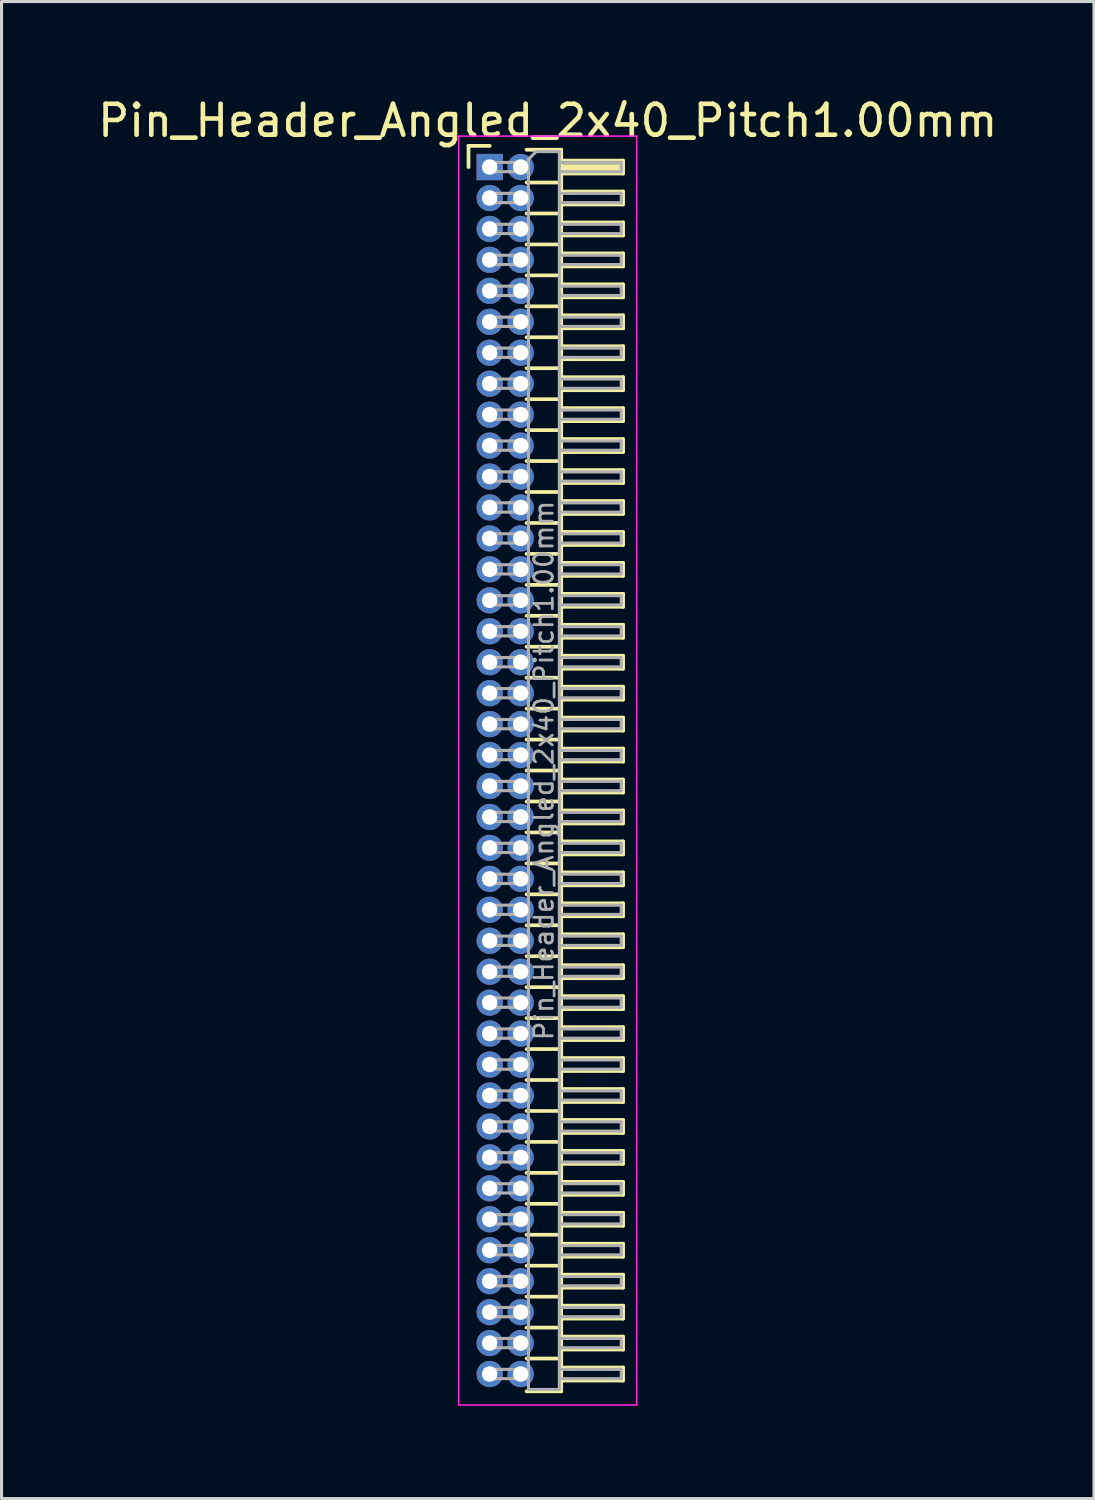
<source format=kicad_pcb>
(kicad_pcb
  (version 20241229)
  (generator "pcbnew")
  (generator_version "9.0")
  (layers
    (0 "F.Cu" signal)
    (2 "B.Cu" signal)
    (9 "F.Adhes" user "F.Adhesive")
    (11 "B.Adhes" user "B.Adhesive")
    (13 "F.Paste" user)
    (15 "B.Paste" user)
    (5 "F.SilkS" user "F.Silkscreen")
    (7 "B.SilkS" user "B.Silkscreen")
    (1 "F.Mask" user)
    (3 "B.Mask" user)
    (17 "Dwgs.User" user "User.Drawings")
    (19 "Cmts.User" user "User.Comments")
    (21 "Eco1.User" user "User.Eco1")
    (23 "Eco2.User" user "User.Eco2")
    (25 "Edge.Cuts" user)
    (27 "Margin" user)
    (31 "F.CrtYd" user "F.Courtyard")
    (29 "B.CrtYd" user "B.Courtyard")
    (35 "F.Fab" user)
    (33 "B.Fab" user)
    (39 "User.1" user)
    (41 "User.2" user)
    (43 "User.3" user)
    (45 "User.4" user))
  (footprint "Pin_Header_Angled_2x40_Pitch1.00mm"
    (layer "F.Cu")
    (at 12.774 2.348)
    (property "Reference" "Pin_Header_Angled_2x40_Pitch1.00mm" (at 1.875 -1.5 0) (layer "F.SilkS") (effects (font (size 1 1) (thickness 0.15))))
    (attr through_hole)
    (fp_line (start -0.685 -0.685) (end 0 -0.685) (stroke (width 0.12) (type solid)) (layer "F.SilkS"))
    (fp_line (start -0.685 0) (end -0.685 -0.685) (stroke (width 0.12) (type solid)) (layer "F.SilkS"))
    (fp_line (start 1.19 -0.56) (end 2.31 -0.56) (stroke (width 0.12) (type solid)) (layer "F.SilkS"))
    (fp_line (start 1.19 0.5) (end 2.31 0.5) (stroke (width 0.12) (type solid)) (layer "F.SilkS"))
    (fp_line (start 1.19 1.5) (end 2.31 1.5) (stroke (width 0.12) (type solid)) (layer "F.SilkS"))
    (fp_line (start 1.19 2.5) (end 2.31 2.5) (stroke (width 0.12) (type solid)) (layer "F.SilkS"))
    (fp_line (start 1.19 3.5) (end 2.31 3.5) (stroke (width 0.12) (type solid)) (layer "F.SilkS"))
    (fp_line (start 1.19 4.5) (end 2.31 4.5) (stroke (width 0.12) (type solid)) (layer "F.SilkS"))
    (fp_line (start 1.19 5.5) (end 2.31 5.5) (stroke (width 0.12) (type solid)) (layer "F.SilkS"))
    (fp_line (start 1.19 6.5) (end 2.31 6.5) (stroke (width 0.12) (type solid)) (layer "F.SilkS"))
    (fp_line (start 1.19 7.5) (end 2.31 7.5) (stroke (width 0.12) (type solid)) (layer "F.SilkS"))
    (fp_line (start 1.19 8.5) (end 2.31 8.5) (stroke (width 0.12) (type solid)) (layer "F.SilkS"))
    (fp_line (start 1.19 9.5) (end 2.31 9.5) (stroke (width 0.12) (type solid)) (layer "F.SilkS"))
    (fp_line (start 1.19 10.5) (end 2.31 10.5) (stroke (width 0.12) (type solid)) (layer "F.SilkS"))
    (fp_line (start 1.19 11.5) (end 2.31 11.5) (stroke (width 0.12) (type solid)) (layer "F.SilkS"))
    (fp_line (start 1.19 12.5) (end 2.31 12.5) (stroke (width 0.12) (type solid)) (layer "F.SilkS"))
    (fp_line (start 1.19 13.5) (end 2.31 13.5) (stroke (width 0.12) (type solid)) (layer "F.SilkS"))
    (fp_line (start 1.19 14.5) (end 2.31 14.5) (stroke (width 0.12) (type solid)) (layer "F.SilkS"))
    (fp_line (start 1.19 15.5) (end 2.31 15.5) (stroke (width 0.12) (type solid)) (layer "F.SilkS"))
    (fp_line (start 1.19 16.5) (end 2.31 16.5) (stroke (width 0.12) (type solid)) (layer "F.SilkS"))
    (fp_line (start 1.19 17.5) (end 2.31 17.5) (stroke (width 0.12) (type solid)) (layer "F.SilkS"))
    (fp_line (start 1.19 18.5) (end 2.31 18.5) (stroke (width 0.12) (type solid)) (layer "F.SilkS"))
    (fp_line (start 1.19 19.5) (end 2.31 19.5) (stroke (width 0.12) (type solid)) (layer "F.SilkS"))
    (fp_line (start 1.19 20.5) (end 2.31 20.5) (stroke (width 0.12) (type solid)) (layer "F.SilkS"))
    (fp_line (start 1.19 21.5) (end 2.31 21.5) (stroke (width 0.12) (type solid)) (layer "F.SilkS"))
    (fp_line (start 1.19 22.5) (end 2.31 22.5) (stroke (width 0.12) (type solid)) (layer "F.SilkS"))
    (fp_line (start 1.19 23.5) (end 2.31 23.5) (stroke (width 0.12) (type solid)) (layer "F.SilkS"))
    (fp_line (start 1.19 24.5) (end 2.31 24.5) (stroke (width 0.12) (type solid)) (layer "F.SilkS"))
    (fp_line (start 1.19 25.5) (end 2.31 25.5) (stroke (width 0.12) (type solid)) (layer "F.SilkS"))
    (fp_line (start 1.19 26.5) (end 2.31 26.5) (stroke (width 0.12) (type solid)) (layer "F.SilkS"))
    (fp_line (start 1.19 27.5) (end 2.31 27.5) (stroke (width 0.12) (type solid)) (layer "F.SilkS"))
    (fp_line (start 1.19 28.5) (end 2.31 28.5) (stroke (width 0.12) (type solid)) (layer "F.SilkS"))
    (fp_line (start 1.19 29.5) (end 2.31 29.5) (stroke (width 0.12) (type solid)) (layer "F.SilkS"))
    (fp_line (start 1.19 30.5) (end 2.31 30.5) (stroke (width 0.12) (type solid)) (layer "F.SilkS"))
    (fp_line (start 1.19 31.5) (end 2.31 31.5) (stroke (width 0.12) (type solid)) (layer "F.SilkS"))
    (fp_line (start 1.19 32.5) (end 2.31 32.5) (stroke (width 0.12) (type solid)) (layer "F.SilkS"))
    (fp_line (start 1.19 33.5) (end 2.31 33.5) (stroke (width 0.12) (type solid)) (layer "F.SilkS"))
    (fp_line (start 1.19 34.5) (end 2.31 34.5) (stroke (width 0.12) (type solid)) (layer "F.SilkS"))
    (fp_line (start 1.19 35.5) (end 2.31 35.5) (stroke (width 0.12) (type solid)) (layer "F.SilkS"))
    (fp_line (start 1.19 36.5) (end 2.31 36.5) (stroke (width 0.12) (type solid)) (layer "F.SilkS"))
    (fp_line (start 1.19 37.5) (end 2.31 37.5) (stroke (width 0.12) (type solid)) (layer "F.SilkS"))
    (fp_line (start 1.19 38.5) (end 2.31 38.5) (stroke (width 0.12) (type solid)) (layer "F.SilkS"))
    (fp_line (start 2.31 -0.56) (end 2.31 39.56) (stroke (width 0.12) (type solid)) (layer "F.SilkS"))
    (fp_line (start 2.31 -0.21) (end 4.31 -0.21) (stroke (width 0.12) (type solid)) (layer "F.SilkS"))
    (fp_line (start 2.31 -0.15) (end 4.31 -0.15) (stroke (width 0.12) (type solid)) (layer "F.SilkS"))
    (fp_line (start 2.31 -0.03) (end 4.31 -0.03) (stroke (width 0.12) (type solid)) (layer "F.SilkS"))
    (fp_line (start 2.31 0.09) (end 4.31 0.09) (stroke (width 0.12) (type solid)) (layer "F.SilkS"))
    (fp_line (start 2.31 0.79) (end 4.31 0.79) (stroke (width 0.12) (type solid)) (layer "F.SilkS"))
    (fp_line (start 2.31 1.79) (end 4.31 1.79) (stroke (width 0.12) (type solid)) (layer "F.SilkS"))
    (fp_line (start 2.31 2.79) (end 4.31 2.79) (stroke (width 0.12) (type solid)) (layer "F.SilkS"))
    (fp_line (start 2.31 3.79) (end 4.31 3.79) (stroke (width 0.12) (type solid)) (layer "F.SilkS"))
    (fp_line (start 2.31 4.79) (end 4.31 4.79) (stroke (width 0.12) (type solid)) (layer "F.SilkS"))
    (fp_line (start 2.31 5.79) (end 4.31 5.79) (stroke (width 0.12) (type solid)) (layer "F.SilkS"))
    (fp_line (start 2.31 6.79) (end 4.31 6.79) (stroke (width 0.12) (type solid)) (layer "F.SilkS"))
    (fp_line (start 2.31 7.79) (end 4.31 7.79) (stroke (width 0.12) (type solid)) (layer "F.SilkS"))
    (fp_line (start 2.31 8.79) (end 4.31 8.79) (stroke (width 0.12) (type solid)) (layer "F.SilkS"))
    (fp_line (start 2.31 9.79) (end 4.31 9.79) (stroke (width 0.12) (type solid)) (layer "F.SilkS"))
    (fp_line (start 2.31 10.79) (end 4.31 10.79) (stroke (width 0.12) (type solid)) (layer "F.SilkS"))
    (fp_line (start 2.31 11.79) (end 4.31 11.79) (stroke (width 0.12) (type solid)) (layer "F.SilkS"))
    (fp_line (start 2.31 12.79) (end 4.31 12.79) (stroke (width 0.12) (type solid)) (layer "F.SilkS"))
    (fp_line (start 2.31 13.79) (end 4.31 13.79) (stroke (width 0.12) (type solid)) (layer "F.SilkS"))
    (fp_line (start 2.31 14.79) (end 4.31 14.79) (stroke (width 0.12) (type solid)) (layer "F.SilkS"))
    (fp_line (start 2.31 15.79) (end 4.31 15.79) (stroke (width 0.12) (type solid)) (layer "F.SilkS"))
    (fp_line (start 2.31 16.79) (end 4.31 16.79) (stroke (width 0.12) (type solid)) (layer "F.SilkS"))
    (fp_line (start 2.31 17.79) (end 4.31 17.79) (stroke (width 0.12) (type solid)) (layer "F.SilkS"))
    (fp_line (start 2.31 18.79) (end 4.31 18.79) (stroke (width 0.12) (type solid)) (layer "F.SilkS"))
    (fp_line (start 2.31 19.79) (end 4.31 19.79) (stroke (width 0.12) (type solid)) (layer "F.SilkS"))
    (fp_line (start 2.31 20.79) (end 4.31 20.79) (stroke (width 0.12) (type solid)) (layer "F.SilkS"))
    (fp_line (start 2.31 21.79) (end 4.31 21.79) (stroke (width 0.12) (type solid)) (layer "F.SilkS"))
    (fp_line (start 2.31 22.79) (end 4.31 22.79) (stroke (width 0.12) (type solid)) (layer "F.SilkS"))
    (fp_line (start 2.31 23.79) (end 4.31 23.79) (stroke (width 0.12) (type solid)) (layer "F.SilkS"))
    (fp_line (start 2.31 24.79) (end 4.31 24.79) (stroke (width 0.12) (type solid)) (layer "F.SilkS"))
    (fp_line (start 2.31 25.79) (end 4.31 25.79) (stroke (width 0.12) (type solid)) (layer "F.SilkS"))
    (fp_line (start 2.31 26.79) (end 4.31 26.79) (stroke (width 0.12) (type solid)) (layer "F.SilkS"))
    (fp_line (start 2.31 27.79) (end 4.31 27.79) (stroke (width 0.12) (type solid)) (layer "F.SilkS"))
    (fp_line (start 2.31 28.79) (end 4.31 28.79) (stroke (width 0.12) (type solid)) (layer "F.SilkS"))
    (fp_line (start 2.31 29.79) (end 4.31 29.79) (stroke (width 0.12) (type solid)) (layer "F.SilkS"))
    (fp_line (start 2.31 30.79) (end 4.31 30.79) (stroke (width 0.12) (type solid)) (layer "F.SilkS"))
    (fp_line (start 2.31 31.79) (end 4.31 31.79) (stroke (width 0.12) (type solid)) (layer "F.SilkS"))
    (fp_line (start 2.31 32.79) (end 4.31 32.79) (stroke (width 0.12) (type solid)) (layer "F.SilkS"))
    (fp_line (start 2.31 33.79) (end 4.31 33.79) (stroke (width 0.12) (type solid)) (layer "F.SilkS"))
    (fp_line (start 2.31 34.79) (end 4.31 34.79) (stroke (width 0.12) (type solid)) (layer "F.SilkS"))
    (fp_line (start 2.31 35.79) (end 4.31 35.79) (stroke (width 0.12) (type solid)) (layer "F.SilkS"))
    (fp_line (start 2.31 36.79) (end 4.31 36.79) (stroke (width 0.12) (type solid)) (layer "F.SilkS"))
    (fp_line (start 2.31 37.79) (end 4.31 37.79) (stroke (width 0.12) (type solid)) (layer "F.SilkS"))
    (fp_line (start 2.31 38.79) (end 4.31 38.79) (stroke (width 0.12) (type solid)) (layer "F.SilkS"))
    (fp_line (start 2.31 39.56) (end 1.19 39.56) (stroke (width 0.12) (type solid)) (layer "F.SilkS"))
    (fp_line (start 4.31 -0.21) (end 4.31 0.21) (stroke (width 0.12) (type solid)) (layer "F.SilkS"))
    (fp_line (start 4.31 0.21) (end 2.31 0.21) (stroke (width 0.12) (type solid)) (layer "F.SilkS"))
    (fp_line (start 4.31 0.79) (end 4.31 1.21) (stroke (width 0.12) (type solid)) (layer "F.SilkS"))
    (fp_line (start 4.31 1.21) (end 2.31 1.21) (stroke (width 0.12) (type solid)) (layer "F.SilkS"))
    (fp_line (start 4.31 1.79) (end 4.31 2.21) (stroke (width 0.12) (type solid)) (layer "F.SilkS"))
    (fp_line (start 4.31 2.21) (end 2.31 2.21) (stroke (width 0.12) (type solid)) (layer "F.SilkS"))
    (fp_line (start 4.31 2.79) (end 4.31 3.21) (stroke (width 0.12) (type solid)) (layer "F.SilkS"))
    (fp_line (start 4.31 3.21) (end 2.31 3.21) (stroke (width 0.12) (type solid)) (layer "F.SilkS"))
    (fp_line (start 4.31 3.79) (end 4.31 4.21) (stroke (width 0.12) (type solid)) (layer "F.SilkS"))
    (fp_line (start 4.31 4.21) (end 2.31 4.21) (stroke (width 0.12) (type solid)) (layer "F.SilkS"))
    (fp_line (start 4.31 4.79) (end 4.31 5.21) (stroke (width 0.12) (type solid)) (layer "F.SilkS"))
    (fp_line (start 4.31 5.21) (end 2.31 5.21) (stroke (width 0.12) (type solid)) (layer "F.SilkS"))
    (fp_line (start 4.31 5.79) (end 4.31 6.21) (stroke (width 0.12) (type solid)) (layer "F.SilkS"))
    (fp_line (start 4.31 6.21) (end 2.31 6.21) (stroke (width 0.12) (type solid)) (layer "F.SilkS"))
    (fp_line (start 4.31 6.79) (end 4.31 7.21) (stroke (width 0.12) (type solid)) (layer "F.SilkS"))
    (fp_line (start 4.31 7.21) (end 2.31 7.21) (stroke (width 0.12) (type solid)) (layer "F.SilkS"))
    (fp_line (start 4.31 7.79) (end 4.31 8.21) (stroke (width 0.12) (type solid)) (layer "F.SilkS"))
    (fp_line (start 4.31 8.21) (end 2.31 8.21) (stroke (width 0.12) (type solid)) (layer "F.SilkS"))
    (fp_line (start 4.31 8.79) (end 4.31 9.21) (stroke (width 0.12) (type solid)) (layer "F.SilkS"))
    (fp_line (start 4.31 9.21) (end 2.31 9.21) (stroke (width 0.12) (type solid)) (layer "F.SilkS"))
    (fp_line (start 4.31 9.79) (end 4.31 10.21) (stroke (width 0.12) (type solid)) (layer "F.SilkS"))
    (fp_line (start 4.31 10.21) (end 2.31 10.21) (stroke (width 0.12) (type solid)) (layer "F.SilkS"))
    (fp_line (start 4.31 10.79) (end 4.31 11.21) (stroke (width 0.12) (type solid)) (layer "F.SilkS"))
    (fp_line (start 4.31 11.21) (end 2.31 11.21) (stroke (width 0.12) (type solid)) (layer "F.SilkS"))
    (fp_line (start 4.31 11.79) (end 4.31 12.21) (stroke (width 0.12) (type solid)) (layer "F.SilkS"))
    (fp_line (start 4.31 12.21) (end 2.31 12.21) (stroke (width 0.12) (type solid)) (layer "F.SilkS"))
    (fp_line (start 4.31 12.79) (end 4.31 13.21) (stroke (width 0.12) (type solid)) (layer "F.SilkS"))
    (fp_line (start 4.31 13.21) (end 2.31 13.21) (stroke (width 0.12) (type solid)) (layer "F.SilkS"))
    (fp_line (start 4.31 13.79) (end 4.31 14.21) (stroke (width 0.12) (type solid)) (layer "F.SilkS"))
    (fp_line (start 4.31 14.21) (end 2.31 14.21) (stroke (width 0.12) (type solid)) (layer "F.SilkS"))
    (fp_line (start 4.31 14.79) (end 4.31 15.21) (stroke (width 0.12) (type solid)) (layer "F.SilkS"))
    (fp_line (start 4.31 15.21) (end 2.31 15.21) (stroke (width 0.12) (type solid)) (layer "F.SilkS"))
    (fp_line (start 4.31 15.79) (end 4.31 16.21) (stroke (width 0.12) (type solid)) (layer "F.SilkS"))
    (fp_line (start 4.31 16.21) (end 2.31 16.21) (stroke (width 0.12) (type solid)) (layer "F.SilkS"))
    (fp_line (start 4.31 16.79) (end 4.31 17.21) (stroke (width 0.12) (type solid)) (layer "F.SilkS"))
    (fp_line (start 4.31 17.21) (end 2.31 17.21) (stroke (width 0.12) (type solid)) (layer "F.SilkS"))
    (fp_line (start 4.31 17.79) (end 4.31 18.21) (stroke (width 0.12) (type solid)) (layer "F.SilkS"))
    (fp_line (start 4.31 18.21) (end 2.31 18.21) (stroke (width 0.12) (type solid)) (layer "F.SilkS"))
    (fp_line (start 4.31 18.79) (end 4.31 19.21) (stroke (width 0.12) (type solid)) (layer "F.SilkS"))
    (fp_line (start 4.31 19.21) (end 2.31 19.21) (stroke (width 0.12) (type solid)) (layer "F.SilkS"))
    (fp_line (start 4.31 19.79) (end 4.31 20.21) (stroke (width 0.12) (type solid)) (layer "F.SilkS"))
    (fp_line (start 4.31 20.21) (end 2.31 20.21) (stroke (width 0.12) (type solid)) (layer "F.SilkS"))
    (fp_line (start 4.31 20.79) (end 4.31 21.21) (stroke (width 0.12) (type solid)) (layer "F.SilkS"))
    (fp_line (start 4.31 21.21) (end 2.31 21.21) (stroke (width 0.12) (type solid)) (layer "F.SilkS"))
    (fp_line (start 4.31 21.79) (end 4.31 22.21) (stroke (width 0.12) (type solid)) (layer "F.SilkS"))
    (fp_line (start 4.31 22.21) (end 2.31 22.21) (stroke (width 0.12) (type solid)) (layer "F.SilkS"))
    (fp_line (start 4.31 22.79) (end 4.31 23.21) (stroke (width 0.12) (type solid)) (layer "F.SilkS"))
    (fp_line (start 4.31 23.21) (end 2.31 23.21) (stroke (width 0.12) (type solid)) (layer "F.SilkS"))
    (fp_line (start 4.31 23.79) (end 4.31 24.21) (stroke (width 0.12) (type solid)) (layer "F.SilkS"))
    (fp_line (start 4.31 24.21) (end 2.31 24.21) (stroke (width 0.12) (type solid)) (layer "F.SilkS"))
    (fp_line (start 4.31 24.79) (end 4.31 25.21) (stroke (width 0.12) (type solid)) (layer "F.SilkS"))
    (fp_line (start 4.31 25.21) (end 2.31 25.21) (stroke (width 0.12) (type solid)) (layer "F.SilkS"))
    (fp_line (start 4.31 25.79) (end 4.31 26.21) (stroke (width 0.12) (type solid)) (layer "F.SilkS"))
    (fp_line (start 4.31 26.21) (end 2.31 26.21) (stroke (width 0.12) (type solid)) (layer "F.SilkS"))
    (fp_line (start 4.31 26.79) (end 4.31 27.21) (stroke (width 0.12) (type solid)) (layer "F.SilkS"))
    (fp_line (start 4.31 27.21) (end 2.31 27.21) (stroke (width 0.12) (type solid)) (layer "F.SilkS"))
    (fp_line (start 4.31 27.79) (end 4.31 28.21) (stroke (width 0.12) (type solid)) (layer "F.SilkS"))
    (fp_line (start 4.31 28.21) (end 2.31 28.21) (stroke (width 0.12) (type solid)) (layer "F.SilkS"))
    (fp_line (start 4.31 28.79) (end 4.31 29.21) (stroke (width 0.12) (type solid)) (layer "F.SilkS"))
    (fp_line (start 4.31 29.21) (end 2.31 29.21) (stroke (width 0.12) (type solid)) (layer "F.SilkS"))
    (fp_line (start 4.31 29.79) (end 4.31 30.21) (stroke (width 0.12) (type solid)) (layer "F.SilkS"))
    (fp_line (start 4.31 30.21) (end 2.31 30.21) (stroke (width 0.12) (type solid)) (layer "F.SilkS"))
    (fp_line (start 4.31 30.79) (end 4.31 31.21) (stroke (width 0.12) (type solid)) (layer "F.SilkS"))
    (fp_line (start 4.31 31.21) (end 2.31 31.21) (stroke (width 0.12) (type solid)) (layer "F.SilkS"))
    (fp_line (start 4.31 31.79) (end 4.31 32.21) (stroke (width 0.12) (type solid)) (layer "F.SilkS"))
    (fp_line (start 4.31 32.21) (end 2.31 32.21) (stroke (width 0.12) (type solid)) (layer "F.SilkS"))
    (fp_line (start 4.31 32.79) (end 4.31 33.21) (stroke (width 0.12) (type solid)) (layer "F.SilkS"))
    (fp_line (start 4.31 33.21) (end 2.31 33.21) (stroke (width 0.12) (type solid)) (layer "F.SilkS"))
    (fp_line (start 4.31 33.79) (end 4.31 34.21) (stroke (width 0.12) (type solid)) (layer "F.SilkS"))
    (fp_line (start 4.31 34.21) (end 2.31 34.21) (stroke (width 0.12) (type solid)) (layer "F.SilkS"))
    (fp_line (start 4.31 34.79) (end 4.31 35.21) (stroke (width 0.12) (type solid)) (layer "F.SilkS"))
    (fp_line (start 4.31 35.21) (end 2.31 35.21) (stroke (width 0.12) (type solid)) (layer "F.SilkS"))
    (fp_line (start 4.31 35.79) (end 4.31 36.21) (stroke (width 0.12) (type solid)) (layer "F.SilkS"))
    (fp_line (start 4.31 36.21) (end 2.31 36.21) (stroke (width 0.12) (type solid)) (layer "F.SilkS"))
    (fp_line (start 4.31 36.79) (end 4.31 37.21) (stroke (width 0.12) (type solid)) (layer "F.SilkS"))
    (fp_line (start 4.31 37.21) (end 2.31 37.21) (stroke (width 0.12) (type solid)) (layer "F.SilkS"))
    (fp_line (start 4.31 37.79) (end 4.31 38.21) (stroke (width 0.12) (type solid)) (layer "F.SilkS"))
    (fp_line (start 4.31 38.21) (end 2.31 38.21) (stroke (width 0.12) (type solid)) (layer "F.SilkS"))
    (fp_line (start 4.31 38.79) (end 4.31 39.21) (stroke (width 0.12) (type solid)) (layer "F.SilkS"))
    (fp_line (start 4.31 39.21) (end 2.31 39.21) (stroke (width 0.12) (type solid)) (layer "F.SilkS"))
    (fp_line (start -1 -1) (end -1 40) (stroke (width 0.05) (type solid)) (layer "F.CrtYd"))
    (fp_line (start -1 40) (end 4.75 40) (stroke (width 0.05) (type solid)) (layer "F.CrtYd"))
    (fp_line (start 4.75 -1) (end -1 -1) (stroke (width 0.05) (type solid)) (layer "F.CrtYd"))
    (fp_line (start 4.75 40) (end 4.75 -1) (stroke (width 0.05) (type solid)) (layer "F.CrtYd"))
    (fp_line (start -0.15 -0.15) (end -0.15 0.15) (stroke (width 0.1) (type solid)) (layer "F.Fab"))
    (fp_line (start -0.15 -0.15) (end 1.25 -0.15) (stroke (width 0.1) (type solid)) (layer "F.Fab"))
    (fp_line (start -0.15 0.15) (end 1.25 0.15) (stroke (width 0.1) (type solid)) (layer "F.Fab"))
    (fp_line (start -0.15 0.85) (end -0.15 1.15) (stroke (width 0.1) (type solid)) (layer "F.Fab"))
    (fp_line (start -0.15 0.85) (end 1.25 0.85) (stroke (width 0.1) (type solid)) (layer "F.Fab"))
    (fp_line (start -0.15 1.15) (end 1.25 1.15) (stroke (width 0.1) (type solid)) (layer "F.Fab"))
    (fp_line (start -0.15 1.85) (end -0.15 2.15) (stroke (width 0.1) (type solid)) (layer "F.Fab"))
    (fp_line (start -0.15 1.85) (end 1.25 1.85) (stroke (width 0.1) (type solid)) (layer "F.Fab"))
    (fp_line (start -0.15 2.15) (end 1.25 2.15) (stroke (width 0.1) (type solid)) (layer "F.Fab"))
    (fp_line (start -0.15 2.85) (end -0.15 3.15) (stroke (width 0.1) (type solid)) (layer "F.Fab"))
    (fp_line (start -0.15 2.85) (end 1.25 2.85) (stroke (width 0.1) (type solid)) (layer "F.Fab"))
    (fp_line (start -0.15 3.15) (end 1.25 3.15) (stroke (width 0.1) (type solid)) (layer "F.Fab"))
    (fp_line (start -0.15 3.85) (end -0.15 4.15) (stroke (width 0.1) (type solid)) (layer "F.Fab"))
    (fp_line (start -0.15 3.85) (end 1.25 3.85) (stroke (width 0.1) (type solid)) (layer "F.Fab"))
    (fp_line (start -0.15 4.15) (end 1.25 4.15) (stroke (width 0.1) (type solid)) (layer "F.Fab"))
    (fp_line (start -0.15 4.85) (end -0.15 5.15) (stroke (width 0.1) (type solid)) (layer "F.Fab"))
    (fp_line (start -0.15 4.85) (end 1.25 4.85) (stroke (width 0.1) (type solid)) (layer "F.Fab"))
    (fp_line (start -0.15 5.15) (end 1.25 5.15) (stroke (width 0.1) (type solid)) (layer "F.Fab"))
    (fp_line (start -0.15 5.85) (end -0.15 6.15) (stroke (width 0.1) (type solid)) (layer "F.Fab"))
    (fp_line (start -0.15 5.85) (end 1.25 5.85) (stroke (width 0.1) (type solid)) (layer "F.Fab"))
    (fp_line (start -0.15 6.15) (end 1.25 6.15) (stroke (width 0.1) (type solid)) (layer "F.Fab"))
    (fp_line (start -0.15 6.85) (end -0.15 7.15) (stroke (width 0.1) (type solid)) (layer "F.Fab"))
    (fp_line (start -0.15 6.85) (end 1.25 6.85) (stroke (width 0.1) (type solid)) (layer "F.Fab"))
    (fp_line (start -0.15 7.15) (end 1.25 7.15) (stroke (width 0.1) (type solid)) (layer "F.Fab"))
    (fp_line (start -0.15 7.85) (end -0.15 8.15) (stroke (width 0.1) (type solid)) (layer "F.Fab"))
    (fp_line (start -0.15 7.85) (end 1.25 7.85) (stroke (width 0.1) (type solid)) (layer "F.Fab"))
    (fp_line (start -0.15 8.15) (end 1.25 8.15) (stroke (width 0.1) (type solid)) (layer "F.Fab"))
    (fp_line (start -0.15 8.85) (end -0.15 9.15) (stroke (width 0.1) (type solid)) (layer "F.Fab"))
    (fp_line (start -0.15 8.85) (end 1.25 8.85) (stroke (width 0.1) (type solid)) (layer "F.Fab"))
    (fp_line (start -0.15 9.15) (end 1.25 9.15) (stroke (width 0.1) (type solid)) (layer "F.Fab"))
    (fp_line (start -0.15 9.85) (end -0.15 10.15) (stroke (width 0.1) (type solid)) (layer "F.Fab"))
    (fp_line (start -0.15 9.85) (end 1.25 9.85) (stroke (width 0.1) (type solid)) (layer "F.Fab"))
    (fp_line (start -0.15 10.15) (end 1.25 10.15) (stroke (width 0.1) (type solid)) (layer "F.Fab"))
    (fp_line (start -0.15 10.85) (end -0.15 11.15) (stroke (width 0.1) (type solid)) (layer "F.Fab"))
    (fp_line (start -0.15 10.85) (end 1.25 10.85) (stroke (width 0.1) (type solid)) (layer "F.Fab"))
    (fp_line (start -0.15 11.15) (end 1.25 11.15) (stroke (width 0.1) (type solid)) (layer "F.Fab"))
    (fp_line (start -0.15 11.85) (end -0.15 12.15) (stroke (width 0.1) (type solid)) (layer "F.Fab"))
    (fp_line (start -0.15 11.85) (end 1.25 11.85) (stroke (width 0.1) (type solid)) (layer "F.Fab"))
    (fp_line (start -0.15 12.15) (end 1.25 12.15) (stroke (width 0.1) (type solid)) (layer "F.Fab"))
    (fp_line (start -0.15 12.85) (end -0.15 13.15) (stroke (width 0.1) (type solid)) (layer "F.Fab"))
    (fp_line (start -0.15 12.85) (end 1.25 12.85) (stroke (width 0.1) (type solid)) (layer "F.Fab"))
    (fp_line (start -0.15 13.15) (end 1.25 13.15) (stroke (width 0.1) (type solid)) (layer "F.Fab"))
    (fp_line (start -0.15 13.85) (end -0.15 14.15) (stroke (width 0.1) (type solid)) (layer "F.Fab"))
    (fp_line (start -0.15 13.85) (end 1.25 13.85) (stroke (width 0.1) (type solid)) (layer "F.Fab"))
    (fp_line (start -0.15 14.15) (end 1.25 14.15) (stroke (width 0.1) (type solid)) (layer "F.Fab"))
    (fp_line (start -0.15 14.85) (end -0.15 15.15) (stroke (width 0.1) (type solid)) (layer "F.Fab"))
    (fp_line (start -0.15 14.85) (end 1.25 14.85) (stroke (width 0.1) (type solid)) (layer "F.Fab"))
    (fp_line (start -0.15 15.15) (end 1.25 15.15) (stroke (width 0.1) (type solid)) (layer "F.Fab"))
    (fp_line (start -0.15 15.85) (end -0.15 16.15) (stroke (width 0.1) (type solid)) (layer "F.Fab"))
    (fp_line (start -0.15 15.85) (end 1.25 15.85) (stroke (width 0.1) (type solid)) (layer "F.Fab"))
    (fp_line (start -0.15 16.15) (end 1.25 16.15) (stroke (width 0.1) (type solid)) (layer "F.Fab"))
    (fp_line (start -0.15 16.85) (end -0.15 17.15) (stroke (width 0.1) (type solid)) (layer "F.Fab"))
    (fp_line (start -0.15 16.85) (end 1.25 16.85) (stroke (width 0.1) (type solid)) (layer "F.Fab"))
    (fp_line (start -0.15 17.15) (end 1.25 17.15) (stroke (width 0.1) (type solid)) (layer "F.Fab"))
    (fp_line (start -0.15 17.85) (end -0.15 18.15) (stroke (width 0.1) (type solid)) (layer "F.Fab"))
    (fp_line (start -0.15 17.85) (end 1.25 17.85) (stroke (width 0.1) (type solid)) (layer "F.Fab"))
    (fp_line (start -0.15 18.15) (end 1.25 18.15) (stroke (width 0.1) (type solid)) (layer "F.Fab"))
    (fp_line (start -0.15 18.85) (end -0.15 19.15) (stroke (width 0.1) (type solid)) (layer "F.Fab"))
    (fp_line (start -0.15 18.85) (end 1.25 18.85) (stroke (width 0.1) (type solid)) (layer "F.Fab"))
    (fp_line (start -0.15 19.15) (end 1.25 19.15) (stroke (width 0.1) (type solid)) (layer "F.Fab"))
    (fp_line (start -0.15 19.85) (end -0.15 20.15) (stroke (width 0.1) (type solid)) (layer "F.Fab"))
    (fp_line (start -0.15 19.85) (end 1.25 19.85) (stroke (width 0.1) (type solid)) (layer "F.Fab"))
    (fp_line (start -0.15 20.15) (end 1.25 20.15) (stroke (width 0.1) (type solid)) (layer "F.Fab"))
    (fp_line (start -0.15 20.85) (end -0.15 21.15) (stroke (width 0.1) (type solid)) (layer "F.Fab"))
    (fp_line (start -0.15 20.85) (end 1.25 20.85) (stroke (width 0.1) (type solid)) (layer "F.Fab"))
    (fp_line (start -0.15 21.15) (end 1.25 21.15) (stroke (width 0.1) (type solid)) (layer "F.Fab"))
    (fp_line (start -0.15 21.85) (end -0.15 22.15) (stroke (width 0.1) (type solid)) (layer "F.Fab"))
    (fp_line (start -0.15 21.85) (end 1.25 21.85) (stroke (width 0.1) (type solid)) (layer "F.Fab"))
    (fp_line (start -0.15 22.15) (end 1.25 22.15) (stroke (width 0.1) (type solid)) (layer "F.Fab"))
    (fp_line (start -0.15 22.85) (end -0.15 23.15) (stroke (width 0.1) (type solid)) (layer "F.Fab"))
    (fp_line (start -0.15 22.85) (end 1.25 22.85) (stroke (width 0.1) (type solid)) (layer "F.Fab"))
    (fp_line (start -0.15 23.15) (end 1.25 23.15) (stroke (width 0.1) (type solid)) (layer "F.Fab"))
    (fp_line (start -0.15 23.85) (end -0.15 24.15) (stroke (width 0.1) (type solid)) (layer "F.Fab"))
    (fp_line (start -0.15 23.85) (end 1.25 23.85) (stroke (width 0.1) (type solid)) (layer "F.Fab"))
    (fp_line (start -0.15 24.15) (end 1.25 24.15) (stroke (width 0.1) (type solid)) (layer "F.Fab"))
    (fp_line (start -0.15 24.85) (end -0.15 25.15) (stroke (width 0.1) (type solid)) (layer "F.Fab"))
    (fp_line (start -0.15 24.85) (end 1.25 24.85) (stroke (width 0.1) (type solid)) (layer "F.Fab"))
    (fp_line (start -0.15 25.15) (end 1.25 25.15) (stroke (width 0.1) (type solid)) (layer "F.Fab"))
    (fp_line (start -0.15 25.85) (end -0.15 26.15) (stroke (width 0.1) (type solid)) (layer "F.Fab"))
    (fp_line (start -0.15 25.85) (end 1.25 25.85) (stroke (width 0.1) (type solid)) (layer "F.Fab"))
    (fp_line (start -0.15 26.15) (end 1.25 26.15) (stroke (width 0.1) (type solid)) (layer "F.Fab"))
    (fp_line (start -0.15 26.85) (end -0.15 27.15) (stroke (width 0.1) (type solid)) (layer "F.Fab"))
    (fp_line (start -0.15 26.85) (end 1.25 26.85) (stroke (width 0.1) (type solid)) (layer "F.Fab"))
    (fp_line (start -0.15 27.15) (end 1.25 27.15) (stroke (width 0.1) (type solid)) (layer "F.Fab"))
    (fp_line (start -0.15 27.85) (end -0.15 28.15) (stroke (width 0.1) (type solid)) (layer "F.Fab"))
    (fp_line (start -0.15 27.85) (end 1.25 27.85) (stroke (width 0.1) (type solid)) (layer "F.Fab"))
    (fp_line (start -0.15 28.15) (end 1.25 28.15) (stroke (width 0.1) (type solid)) (layer "F.Fab"))
    (fp_line (start -0.15 28.85) (end -0.15 29.15) (stroke (width 0.1) (type solid)) (layer "F.Fab"))
    (fp_line (start -0.15 28.85) (end 1.25 28.85) (stroke (width 0.1) (type solid)) (layer "F.Fab"))
    (fp_line (start -0.15 29.15) (end 1.25 29.15) (stroke (width 0.1) (type solid)) (layer "F.Fab"))
    (fp_line (start -0.15 29.85) (end -0.15 30.15) (stroke (width 0.1) (type solid)) (layer "F.Fab"))
    (fp_line (start -0.15 29.85) (end 1.25 29.85) (stroke (width 0.1) (type solid)) (layer "F.Fab"))
    (fp_line (start -0.15 30.15) (end 1.25 30.15) (stroke (width 0.1) (type solid)) (layer "F.Fab"))
    (fp_line (start -0.15 30.85) (end -0.15 31.15) (stroke (width 0.1) (type solid)) (layer "F.Fab"))
    (fp_line (start -0.15 30.85) (end 1.25 30.85) (stroke (width 0.1) (type solid)) (layer "F.Fab"))
    (fp_line (start -0.15 31.15) (end 1.25 31.15) (stroke (width 0.1) (type solid)) (layer "F.Fab"))
    (fp_line (start -0.15 31.85) (end -0.15 32.15) (stroke (width 0.1) (type solid)) (layer "F.Fab"))
    (fp_line (start -0.15 31.85) (end 1.25 31.85) (stroke (width 0.1) (type solid)) (layer "F.Fab"))
    (fp_line (start -0.15 32.15) (end 1.25 32.15) (stroke (width 0.1) (type solid)) (layer "F.Fab"))
    (fp_line (start -0.15 32.85) (end -0.15 33.15) (stroke (width 0.1) (type solid)) (layer "F.Fab"))
    (fp_line (start -0.15 32.85) (end 1.25 32.85) (stroke (width 0.1) (type solid)) (layer "F.Fab"))
    (fp_line (start -0.15 33.15) (end 1.25 33.15) (stroke (width 0.1) (type solid)) (layer "F.Fab"))
    (fp_line (start -0.15 33.85) (end -0.15 34.15) (stroke (width 0.1) (type solid)) (layer "F.Fab"))
    (fp_line (start -0.15 33.85) (end 1.25 33.85) (stroke (width 0.1) (type solid)) (layer "F.Fab"))
    (fp_line (start -0.15 34.15) (end 1.25 34.15) (stroke (width 0.1) (type solid)) (layer "F.Fab"))
    (fp_line (start -0.15 34.85) (end -0.15 35.15) (stroke (width 0.1) (type solid)) (layer "F.Fab"))
    (fp_line (start -0.15 34.85) (end 1.25 34.85) (stroke (width 0.1) (type solid)) (layer "F.Fab"))
    (fp_line (start -0.15 35.15) (end 1.25 35.15) (stroke (width 0.1) (type solid)) (layer "F.Fab"))
    (fp_line (start -0.15 35.85) (end -0.15 36.15) (stroke (width 0.1) (type solid)) (layer "F.Fab"))
    (fp_line (start -0.15 35.85) (end 1.25 35.85) (stroke (width 0.1) (type solid)) (layer "F.Fab"))
    (fp_line (start -0.15 36.15) (end 1.25 36.15) (stroke (width 0.1) (type solid)) (layer "F.Fab"))
    (fp_line (start -0.15 36.85) (end -0.15 37.15) (stroke (width 0.1) (type solid)) (layer "F.Fab"))
    (fp_line (start -0.15 36.85) (end 1.25 36.85) (stroke (width 0.1) (type solid)) (layer "F.Fab"))
    (fp_line (start -0.15 37.15) (end 1.25 37.15) (stroke (width 0.1) (type solid)) (layer "F.Fab"))
    (fp_line (start -0.15 37.85) (end -0.15 38.15) (stroke (width 0.1) (type solid)) (layer "F.Fab"))
    (fp_line (start -0.15 37.85) (end 1.25 37.85) (stroke (width 0.1) (type solid)) (layer "F.Fab"))
    (fp_line (start -0.15 38.15) (end 1.25 38.15) (stroke (width 0.1) (type solid)) (layer "F.Fab"))
    (fp_line (start -0.15 38.85) (end -0.15 39.15) (stroke (width 0.1) (type solid)) (layer "F.Fab"))
    (fp_line (start -0.15 38.85) (end 1.25 38.85) (stroke (width 0.1) (type solid)) (layer "F.Fab"))
    (fp_line (start -0.15 39.15) (end 1.25 39.15) (stroke (width 0.1) (type solid)) (layer "F.Fab"))
    (fp_line (start 1.25 -0.25) (end 1.5 -0.5) (stroke (width 0.1) (type solid)) (layer "F.Fab"))
    (fp_line (start 1.25 39.5) (end 1.25 -0.25) (stroke (width 0.1) (type solid)) (layer "F.Fab"))
    (fp_line (start 1.5 -0.5) (end 2.25 -0.5) (stroke (width 0.1) (type solid)) (layer "F.Fab"))
    (fp_line (start 2.25 -0.5) (end 2.25 39.5) (stroke (width 0.1) (type solid)) (layer "F.Fab"))
    (fp_line (start 2.25 -0.15) (end 4.25 -0.15) (stroke (width 0.1) (type solid)) (layer "F.Fab"))
    (fp_line (start 2.25 0.15) (end 4.25 0.15) (stroke (width 0.1) (type solid)) (layer "F.Fab"))
    (fp_line (start 2.25 0.85) (end 4.25 0.85) (stroke (width 0.1) (type solid)) (layer "F.Fab"))
    (fp_line (start 2.25 1.15) (end 4.25 1.15) (stroke (width 0.1) (type solid)) (layer "F.Fab"))
    (fp_line (start 2.25 1.85) (end 4.25 1.85) (stroke (width 0.1) (type solid)) (layer "F.Fab"))
    (fp_line (start 2.25 2.15) (end 4.25 2.15) (stroke (width 0.1) (type solid)) (layer "F.Fab"))
    (fp_line (start 2.25 2.85) (end 4.25 2.85) (stroke (width 0.1) (type solid)) (layer "F.Fab"))
    (fp_line (start 2.25 3.15) (end 4.25 3.15) (stroke (width 0.1) (type solid)) (layer "F.Fab"))
    (fp_line (start 2.25 3.85) (end 4.25 3.85) (stroke (width 0.1) (type solid)) (layer "F.Fab"))
    (fp_line (start 2.25 4.15) (end 4.25 4.15) (stroke (width 0.1) (type solid)) (layer "F.Fab"))
    (fp_line (start 2.25 4.85) (end 4.25 4.85) (stroke (width 0.1) (type solid)) (layer "F.Fab"))
    (fp_line (start 2.25 5.15) (end 4.25 5.15) (stroke (width 0.1) (type solid)) (layer "F.Fab"))
    (fp_line (start 2.25 5.85) (end 4.25 5.85) (stroke (width 0.1) (type solid)) (layer "F.Fab"))
    (fp_line (start 2.25 6.15) (end 4.25 6.15) (stroke (width 0.1) (type solid)) (layer "F.Fab"))
    (fp_line (start 2.25 6.85) (end 4.25 6.85) (stroke (width 0.1) (type solid)) (layer "F.Fab"))
    (fp_line (start 2.25 7.15) (end 4.25 7.15) (stroke (width 0.1) (type solid)) (layer "F.Fab"))
    (fp_line (start 2.25 7.85) (end 4.25 7.85) (stroke (width 0.1) (type solid)) (layer "F.Fab"))
    (fp_line (start 2.25 8.15) (end 4.25 8.15) (stroke (width 0.1) (type solid)) (layer "F.Fab"))
    (fp_line (start 2.25 8.85) (end 4.25 8.85) (stroke (width 0.1) (type solid)) (layer "F.Fab"))
    (fp_line (start 2.25 9.15) (end 4.25 9.15) (stroke (width 0.1) (type solid)) (layer "F.Fab"))
    (fp_line (start 2.25 9.85) (end 4.25 9.85) (stroke (width 0.1) (type solid)) (layer "F.Fab"))
    (fp_line (start 2.25 10.15) (end 4.25 10.15) (stroke (width 0.1) (type solid)) (layer "F.Fab"))
    (fp_line (start 2.25 10.85) (end 4.25 10.85) (stroke (width 0.1) (type solid)) (layer "F.Fab"))
    (fp_line (start 2.25 11.15) (end 4.25 11.15) (stroke (width 0.1) (type solid)) (layer "F.Fab"))
    (fp_line (start 2.25 11.85) (end 4.25 11.85) (stroke (width 0.1) (type solid)) (layer "F.Fab"))
    (fp_line (start 2.25 12.15) (end 4.25 12.15) (stroke (width 0.1) (type solid)) (layer "F.Fab"))
    (fp_line (start 2.25 12.85) (end 4.25 12.85) (stroke (width 0.1) (type solid)) (layer "F.Fab"))
    (fp_line (start 2.25 13.15) (end 4.25 13.15) (stroke (width 0.1) (type solid)) (layer "F.Fab"))
    (fp_line (start 2.25 13.85) (end 4.25 13.85) (stroke (width 0.1) (type solid)) (layer "F.Fab"))
    (fp_line (start 2.25 14.15) (end 4.25 14.15) (stroke (width 0.1) (type solid)) (layer "F.Fab"))
    (fp_line (start 2.25 14.85) (end 4.25 14.85) (stroke (width 0.1) (type solid)) (layer "F.Fab"))
    (fp_line (start 2.25 15.15) (end 4.25 15.15) (stroke (width 0.1) (type solid)) (layer "F.Fab"))
    (fp_line (start 2.25 15.85) (end 4.25 15.85) (stroke (width 0.1) (type solid)) (layer "F.Fab"))
    (fp_line (start 2.25 16.15) (end 4.25 16.15) (stroke (width 0.1) (type solid)) (layer "F.Fab"))
    (fp_line (start 2.25 16.85) (end 4.25 16.85) (stroke (width 0.1) (type solid)) (layer "F.Fab"))
    (fp_line (start 2.25 17.15) (end 4.25 17.15) (stroke (width 0.1) (type solid)) (layer "F.Fab"))
    (fp_line (start 2.25 17.85) (end 4.25 17.85) (stroke (width 0.1) (type solid)) (layer "F.Fab"))
    (fp_line (start 2.25 18.15) (end 4.25 18.15) (stroke (width 0.1) (type solid)) (layer "F.Fab"))
    (fp_line (start 2.25 18.85) (end 4.25 18.85) (stroke (width 0.1) (type solid)) (layer "F.Fab"))
    (fp_line (start 2.25 19.15) (end 4.25 19.15) (stroke (width 0.1) (type solid)) (layer "F.Fab"))
    (fp_line (start 2.25 19.85) (end 4.25 19.85) (stroke (width 0.1) (type solid)) (layer "F.Fab"))
    (fp_line (start 2.25 20.15) (end 4.25 20.15) (stroke (width 0.1) (type solid)) (layer "F.Fab"))
    (fp_line (start 2.25 20.85) (end 4.25 20.85) (stroke (width 0.1) (type solid)) (layer "F.Fab"))
    (fp_line (start 2.25 21.15) (end 4.25 21.15) (stroke (width 0.1) (type solid)) (layer "F.Fab"))
    (fp_line (start 2.25 21.85) (end 4.25 21.85) (stroke (width 0.1) (type solid)) (layer "F.Fab"))
    (fp_line (start 2.25 22.15) (end 4.25 22.15) (stroke (width 0.1) (type solid)) (layer "F.Fab"))
    (fp_line (start 2.25 22.85) (end 4.25 22.85) (stroke (width 0.1) (type solid)) (layer "F.Fab"))
    (fp_line (start 2.25 23.15) (end 4.25 23.15) (stroke (width 0.1) (type solid)) (layer "F.Fab"))
    (fp_line (start 2.25 23.85) (end 4.25 23.85) (stroke (width 0.1) (type solid)) (layer "F.Fab"))
    (fp_line (start 2.25 24.15) (end 4.25 24.15) (stroke (width 0.1) (type solid)) (layer "F.Fab"))
    (fp_line (start 2.25 24.85) (end 4.25 24.85) (stroke (width 0.1) (type solid)) (layer "F.Fab"))
    (fp_line (start 2.25 25.15) (end 4.25 25.15) (stroke (width 0.1) (type solid)) (layer "F.Fab"))
    (fp_line (start 2.25 25.85) (end 4.25 25.85) (stroke (width 0.1) (type solid)) (layer "F.Fab"))
    (fp_line (start 2.25 26.15) (end 4.25 26.15) (stroke (width 0.1) (type solid)) (layer "F.Fab"))
    (fp_line (start 2.25 26.85) (end 4.25 26.85) (stroke (width 0.1) (type solid)) (layer "F.Fab"))
    (fp_line (start 2.25 27.15) (end 4.25 27.15) (stroke (width 0.1) (type solid)) (layer "F.Fab"))
    (fp_line (start 2.25 27.85) (end 4.25 27.85) (stroke (width 0.1) (type solid)) (layer "F.Fab"))
    (fp_line (start 2.25 28.15) (end 4.25 28.15) (stroke (width 0.1) (type solid)) (layer "F.Fab"))
    (fp_line (start 2.25 28.85) (end 4.25 28.85) (stroke (width 0.1) (type solid)) (layer "F.Fab"))
    (fp_line (start 2.25 29.15) (end 4.25 29.15) (stroke (width 0.1) (type solid)) (layer "F.Fab"))
    (fp_line (start 2.25 29.85) (end 4.25 29.85) (stroke (width 0.1) (type solid)) (layer "F.Fab"))
    (fp_line (start 2.25 30.15) (end 4.25 30.15) (stroke (width 0.1) (type solid)) (layer "F.Fab"))
    (fp_line (start 2.25 30.85) (end 4.25 30.85) (stroke (width 0.1) (type solid)) (layer "F.Fab"))
    (fp_line (start 2.25 31.15) (end 4.25 31.15) (stroke (width 0.1) (type solid)) (layer "F.Fab"))
    (fp_line (start 2.25 31.85) (end 4.25 31.85) (stroke (width 0.1) (type solid)) (layer "F.Fab"))
    (fp_line (start 2.25 32.15) (end 4.25 32.15) (stroke (width 0.1) (type solid)) (layer "F.Fab"))
    (fp_line (start 2.25 32.85) (end 4.25 32.85) (stroke (width 0.1) (type solid)) (layer "F.Fab"))
    (fp_line (start 2.25 33.15) (end 4.25 33.15) (stroke (width 0.1) (type solid)) (layer "F.Fab"))
    (fp_line (start 2.25 33.85) (end 4.25 33.85) (stroke (width 0.1) (type solid)) (layer "F.Fab"))
    (fp_line (start 2.25 34.15) (end 4.25 34.15) (stroke (width 0.1) (type solid)) (layer "F.Fab"))
    (fp_line (start 2.25 34.85) (end 4.25 34.85) (stroke (width 0.1) (type solid)) (layer "F.Fab"))
    (fp_line (start 2.25 35.15) (end 4.25 35.15) (stroke (width 0.1) (type solid)) (layer "F.Fab"))
    (fp_line (start 2.25 35.85) (end 4.25 35.85) (stroke (width 0.1) (type solid)) (layer "F.Fab"))
    (fp_line (start 2.25 36.15) (end 4.25 36.15) (stroke (width 0.1) (type solid)) (layer "F.Fab"))
    (fp_line (start 2.25 36.85) (end 4.25 36.85) (stroke (width 0.1) (type solid)) (layer "F.Fab"))
    (fp_line (start 2.25 37.15) (end 4.25 37.15) (stroke (width 0.1) (type solid)) (layer "F.Fab"))
    (fp_line (start 2.25 37.85) (end 4.25 37.85) (stroke (width 0.1) (type solid)) (layer "F.Fab"))
    (fp_line (start 2.25 38.15) (end 4.25 38.15) (stroke (width 0.1) (type solid)) (layer "F.Fab"))
    (fp_line (start 2.25 38.85) (end 4.25 38.85) (stroke (width 0.1) (type solid)) (layer "F.Fab"))
    (fp_line (start 2.25 39.15) (end 4.25 39.15) (stroke (width 0.1) (type solid)) (layer "F.Fab"))
    (fp_line (start 2.25 39.5) (end 1.25 39.5) (stroke (width 0.1) (type solid)) (layer "F.Fab"))
    (fp_line (start 4.25 -0.15) (end 4.25 0.15) (stroke (width 0.1) (type solid)) (layer "F.Fab"))
    (fp_line (start 4.25 0.85) (end 4.25 1.15) (stroke (width 0.1) (type solid)) (layer "F.Fab"))
    (fp_line (start 4.25 1.85) (end 4.25 2.15) (stroke (width 0.1) (type solid)) (layer "F.Fab"))
    (fp_line (start 4.25 2.85) (end 4.25 3.15) (stroke (width 0.1) (type solid)) (layer "F.Fab"))
    (fp_line (start 4.25 3.85) (end 4.25 4.15) (stroke (width 0.1) (type solid)) (layer "F.Fab"))
    (fp_line (start 4.25 4.85) (end 4.25 5.15) (stroke (width 0.1) (type solid)) (layer "F.Fab"))
    (fp_line (start 4.25 5.85) (end 4.25 6.15) (stroke (width 0.1) (type solid)) (layer "F.Fab"))
    (fp_line (start 4.25 6.85) (end 4.25 7.15) (stroke (width 0.1) (type solid)) (layer "F.Fab"))
    (fp_line (start 4.25 7.85) (end 4.25 8.15) (stroke (width 0.1) (type solid)) (layer "F.Fab"))
    (fp_line (start 4.25 8.85) (end 4.25 9.15) (stroke (width 0.1) (type solid)) (layer "F.Fab"))
    (fp_line (start 4.25 9.85) (end 4.25 10.15) (stroke (width 0.1) (type solid)) (layer "F.Fab"))
    (fp_line (start 4.25 10.85) (end 4.25 11.15) (stroke (width 0.1) (type solid)) (layer "F.Fab"))
    (fp_line (start 4.25 11.85) (end 4.25 12.15) (stroke (width 0.1) (type solid)) (layer "F.Fab"))
    (fp_line (start 4.25 12.85) (end 4.25 13.15) (stroke (width 0.1) (type solid)) (layer "F.Fab"))
    (fp_line (start 4.25 13.85) (end 4.25 14.15) (stroke (width 0.1) (type solid)) (layer "F.Fab"))
    (fp_line (start 4.25 14.85) (end 4.25 15.15) (stroke (width 0.1) (type solid)) (layer "F.Fab"))
    (fp_line (start 4.25 15.85) (end 4.25 16.15) (stroke (width 0.1) (type solid)) (layer "F.Fab"))
    (fp_line (start 4.25 16.85) (end 4.25 17.15) (stroke (width 0.1) (type solid)) (layer "F.Fab"))
    (fp_line (start 4.25 17.85) (end 4.25 18.15) (stroke (width 0.1) (type solid)) (layer "F.Fab"))
    (fp_line (start 4.25 18.85) (end 4.25 19.15) (stroke (width 0.1) (type solid)) (layer "F.Fab"))
    (fp_line (start 4.25 19.85) (end 4.25 20.15) (stroke (width 0.1) (type solid)) (layer "F.Fab"))
    (fp_line (start 4.25 20.85) (end 4.25 21.15) (stroke (width 0.1) (type solid)) (layer "F.Fab"))
    (fp_line (start 4.25 21.85) (end 4.25 22.15) (stroke (width 0.1) (type solid)) (layer "F.Fab"))
    (fp_line (start 4.25 22.85) (end 4.25 23.15) (stroke (width 0.1) (type solid)) (layer "F.Fab"))
    (fp_line (start 4.25 23.85) (end 4.25 24.15) (stroke (width 0.1) (type solid)) (layer "F.Fab"))
    (fp_line (start 4.25 24.85) (end 4.25 25.15) (stroke (width 0.1) (type solid)) (layer "F.Fab"))
    (fp_line (start 4.25 25.85) (end 4.25 26.15) (stroke (width 0.1) (type solid)) (layer "F.Fab"))
    (fp_line (start 4.25 26.85) (end 4.25 27.15) (stroke (width 0.1) (type solid)) (layer "F.Fab"))
    (fp_line (start 4.25 27.85) (end 4.25 28.15) (stroke (width 0.1) (type solid)) (layer "F.Fab"))
    (fp_line (start 4.25 28.85) (end 4.25 29.15) (stroke (width 0.1) (type solid)) (layer "F.Fab"))
    (fp_line (start 4.25 29.85) (end 4.25 30.15) (stroke (width 0.1) (type solid)) (layer "F.Fab"))
    (fp_line (start 4.25 30.85) (end 4.25 31.15) (stroke (width 0.1) (type solid)) (layer "F.Fab"))
    (fp_line (start 4.25 31.85) (end 4.25 32.15) (stroke (width 0.1) (type solid)) (layer "F.Fab"))
    (fp_line (start 4.25 32.85) (end 4.25 33.15) (stroke (width 0.1) (type solid)) (layer "F.Fab"))
    (fp_line (start 4.25 33.85) (end 4.25 34.15) (stroke (width 0.1) (type solid)) (layer "F.Fab"))
    (fp_line (start 4.25 34.85) (end 4.25 35.15) (stroke (width 0.1) (type solid)) (layer "F.Fab"))
    (fp_line (start 4.25 35.85) (end 4.25 36.15) (stroke (width 0.1) (type solid)) (layer "F.Fab"))
    (fp_line (start 4.25 36.85) (end 4.25 37.15) (stroke (width 0.1) (type solid)) (layer "F.Fab"))
    (fp_line (start 4.25 37.85) (end 4.25 38.15) (stroke (width 0.1) (type solid)) (layer "F.Fab"))
    (fp_line (start 4.25 38.85) (end 4.25 39.15) (stroke (width 0.1) (type solid)) (layer "F.Fab"))
    (fp_text user "${REFERENCE}" (at 1.75 19.5 90) (layer "F.Fab") (effects (font (size 0.6 0.6) (thickness 0.09))))
    (pad "1" thru_hole rect (at 0 0) (size 0.85 0.85) (drill 0.5) (layers "*.Cu" "*.Mask"))
    (pad "2" thru_hole oval (at 1 0) (size 0.85 0.85) (drill 0.5) (layers "*.Cu" "*.Mask"))
    (pad "3" thru_hole oval (at 0 1) (size 0.85 0.85) (drill 0.5) (layers "*.Cu" "*.Mask"))
    (pad "4" thru_hole oval (at 1 1) (size 0.85 0.85) (drill 0.5) (layers "*.Cu" "*.Mask"))
    (pad "5" thru_hole oval (at 0 2) (size 0.85 0.85) (drill 0.5) (layers "*.Cu" "*.Mask"))
    (pad "6" thru_hole oval (at 1 2) (size 0.85 0.85) (drill 0.5) (layers "*.Cu" "*.Mask"))
    (pad "7" thru_hole oval (at 0 3) (size 0.85 0.85) (drill 0.5) (layers "*.Cu" "*.Mask"))
    (pad "8" thru_hole oval (at 1 3) (size 0.85 0.85) (drill 0.5) (layers "*.Cu" "*.Mask"))
    (pad "9" thru_hole oval (at 0 4) (size 0.85 0.85) (drill 0.5) (layers "*.Cu" "*.Mask"))
    (pad "10" thru_hole oval (at 1 4) (size 0.85 0.85) (drill 0.5) (layers "*.Cu" "*.Mask"))
    (pad "11" thru_hole oval (at 0 5) (size 0.85 0.85) (drill 0.5) (layers "*.Cu" "*.Mask"))
    (pad "12" thru_hole oval (at 1 5) (size 0.85 0.85) (drill 0.5) (layers "*.Cu" "*.Mask"))
    (pad "13" thru_hole oval (at 0 6) (size 0.85 0.85) (drill 0.5) (layers "*.Cu" "*.Mask"))
    (pad "14" thru_hole oval (at 1 6) (size 0.85 0.85) (drill 0.5) (layers "*.Cu" "*.Mask"))
    (pad "15" thru_hole oval (at 0 7) (size 0.85 0.85) (drill 0.5) (layers "*.Cu" "*.Mask"))
    (pad "16" thru_hole oval (at 1 7) (size 0.85 0.85) (drill 0.5) (layers "*.Cu" "*.Mask"))
    (pad "17" thru_hole oval (at 0 8) (size 0.85 0.85) (drill 0.5) (layers "*.Cu" "*.Mask"))
    (pad "18" thru_hole oval (at 1 8) (size 0.85 0.85) (drill 0.5) (layers "*.Cu" "*.Mask"))
    (pad "19" thru_hole oval (at 0 9) (size 0.85 0.85) (drill 0.5) (layers "*.Cu" "*.Mask"))
    (pad "20" thru_hole oval (at 1 9) (size 0.85 0.85) (drill 0.5) (layers "*.Cu" "*.Mask"))
    (pad "21" thru_hole oval (at 0 10) (size 0.85 0.85) (drill 0.5) (layers "*.Cu" "*.Mask"))
    (pad "22" thru_hole oval (at 1 10) (size 0.85 0.85) (drill 0.5) (layers "*.Cu" "*.Mask"))
    (pad "23" thru_hole oval (at 0 11) (size 0.85 0.85) (drill 0.5) (layers "*.Cu" "*.Mask"))
    (pad "24" thru_hole oval (at 1 11) (size 0.85 0.85) (drill 0.5) (layers "*.Cu" "*.Mask"))
    (pad "25" thru_hole oval (at 0 12) (size 0.85 0.85) (drill 0.5) (layers "*.Cu" "*.Mask"))
    (pad "26" thru_hole oval (at 1 12) (size 0.85 0.85) (drill 0.5) (layers "*.Cu" "*.Mask"))
    (pad "27" thru_hole oval (at 0 13) (size 0.85 0.85) (drill 0.5) (layers "*.Cu" "*.Mask"))
    (pad "28" thru_hole oval (at 1 13) (size 0.85 0.85) (drill 0.5) (layers "*.Cu" "*.Mask"))
    (pad "29" thru_hole oval (at 0 14) (size 0.85 0.85) (drill 0.5) (layers "*.Cu" "*.Mask"))
    (pad "30" thru_hole oval (at 1 14) (size 0.85 0.85) (drill 0.5) (layers "*.Cu" "*.Mask"))
    (pad "31" thru_hole oval (at 0 15) (size 0.85 0.85) (drill 0.5) (layers "*.Cu" "*.Mask"))
    (pad "32" thru_hole oval (at 1 15) (size 0.85 0.85) (drill 0.5) (layers "*.Cu" "*.Mask"))
    (pad "33" thru_hole oval (at 0 16) (size 0.85 0.85) (drill 0.5) (layers "*.Cu" "*.Mask"))
    (pad "34" thru_hole oval (at 1 16) (size 0.85 0.85) (drill 0.5) (layers "*.Cu" "*.Mask"))
    (pad "35" thru_hole oval (at 0 17) (size 0.85 0.85) (drill 0.5) (layers "*.Cu" "*.Mask"))
    (pad "36" thru_hole oval (at 1 17) (size 0.85 0.85) (drill 0.5) (layers "*.Cu" "*.Mask"))
    (pad "37" thru_hole oval (at 0 18) (size 0.85 0.85) (drill 0.5) (layers "*.Cu" "*.Mask"))
    (pad "38" thru_hole oval (at 1 18) (size 0.85 0.85) (drill 0.5) (layers "*.Cu" "*.Mask"))
    (pad "39" thru_hole oval (at 0 19) (size 0.85 0.85) (drill 0.5) (layers "*.Cu" "*.Mask"))
    (pad "40" thru_hole oval (at 1 19) (size 0.85 0.85) (drill 0.5) (layers "*.Cu" "*.Mask"))
    (pad "41" thru_hole oval (at 0 20) (size 0.85 0.85) (drill 0.5) (layers "*.Cu" "*.Mask"))
    (pad "42" thru_hole oval (at 1 20) (size 0.85 0.85) (drill 0.5) (layers "*.Cu" "*.Mask"))
    (pad "43" thru_hole oval (at 0 21) (size 0.85 0.85) (drill 0.5) (layers "*.Cu" "*.Mask"))
    (pad "44" thru_hole oval (at 1 21) (size 0.85 0.85) (drill 0.5) (layers "*.Cu" "*.Mask"))
    (pad "45" thru_hole oval (at 0 22) (size 0.85 0.85) (drill 0.5) (layers "*.Cu" "*.Mask"))
    (pad "46" thru_hole oval (at 1 22) (size 0.85 0.85) (drill 0.5) (layers "*.Cu" "*.Mask"))
    (pad "47" thru_hole oval (at 0 23) (size 0.85 0.85) (drill 0.5) (layers "*.Cu" "*.Mask"))
    (pad "48" thru_hole oval (at 1 23) (size 0.85 0.85) (drill 0.5) (layers "*.Cu" "*.Mask"))
    (pad "49" thru_hole oval (at 0 24) (size 0.85 0.85) (drill 0.5) (layers "*.Cu" "*.Mask"))
    (pad "50" thru_hole oval (at 1 24) (size 0.85 0.85) (drill 0.5) (layers "*.Cu" "*.Mask"))
    (pad "51" thru_hole oval (at 0 25) (size 0.85 0.85) (drill 0.5) (layers "*.Cu" "*.Mask"))
    (pad "52" thru_hole oval (at 1 25) (size 0.85 0.85) (drill 0.5) (layers "*.Cu" "*.Mask"))
    (pad "53" thru_hole oval (at 0 26) (size 0.85 0.85) (drill 0.5) (layers "*.Cu" "*.Mask"))
    (pad "54" thru_hole oval (at 1 26) (size 0.85 0.85) (drill 0.5) (layers "*.Cu" "*.Mask"))
    (pad "55" thru_hole oval (at 0 27) (size 0.85 0.85) (drill 0.5) (layers "*.Cu" "*.Mask"))
    (pad "56" thru_hole oval (at 1 27) (size 0.85 0.85) (drill 0.5) (layers "*.Cu" "*.Mask"))
    (pad "57" thru_hole oval (at 0 28) (size 0.85 0.85) (drill 0.5) (layers "*.Cu" "*.Mask"))
    (pad "58" thru_hole oval (at 1 28) (size 0.85 0.85) (drill 0.5) (layers "*.Cu" "*.Mask"))
    (pad "59" thru_hole oval (at 0 29) (size 0.85 0.85) (drill 0.5) (layers "*.Cu" "*.Mask"))
    (pad "60" thru_hole oval (at 1 29) (size 0.85 0.85) (drill 0.5) (layers "*.Cu" "*.Mask"))
    (pad "61" thru_hole oval (at 0 30) (size 0.85 0.85) (drill 0.5) (layers "*.Cu" "*.Mask"))
    (pad "62" thru_hole oval (at 1 30) (size 0.85 0.85) (drill 0.5) (layers "*.Cu" "*.Mask"))
    (pad "63" thru_hole oval (at 0 31) (size 0.85 0.85) (drill 0.5) (layers "*.Cu" "*.Mask"))
    (pad "64" thru_hole oval (at 1 31) (size 0.85 0.85) (drill 0.5) (layers "*.Cu" "*.Mask"))
    (pad "65" thru_hole oval (at 0 32) (size 0.85 0.85) (drill 0.5) (layers "*.Cu" "*.Mask"))
    (pad "66" thru_hole oval (at 1 32) (size 0.85 0.85) (drill 0.5) (layers "*.Cu" "*.Mask"))
    (pad "67" thru_hole oval (at 0 33) (size 0.85 0.85) (drill 0.5) (layers "*.Cu" "*.Mask"))
    (pad "68" thru_hole oval (at 1 33) (size 0.85 0.85) (drill 0.5) (layers "*.Cu" "*.Mask"))
    (pad "69" thru_hole oval (at 0 34) (size 0.85 0.85) (drill 0.5) (layers "*.Cu" "*.Mask"))
    (pad "70" thru_hole oval (at 1 34) (size 0.85 0.85) (drill 0.5) (layers "*.Cu" "*.Mask"))
    (pad "71" thru_hole oval (at 0 35) (size 0.85 0.85) (drill 0.5) (layers "*.Cu" "*.Mask"))
    (pad "72" thru_hole oval (at 1 35) (size 0.85 0.85) (drill 0.5) (layers "*.Cu" "*.Mask"))
    (pad "73" thru_hole oval (at 0 36) (size 0.85 0.85) (drill 0.5) (layers "*.Cu" "*.Mask"))
    (pad "74" thru_hole oval (at 1 36) (size 0.85 0.85) (drill 0.5) (layers "*.Cu" "*.Mask"))
    (pad "75" thru_hole oval (at 0 37) (size 0.85 0.85) (drill 0.5) (layers "*.Cu" "*.Mask"))
    (pad "76" thru_hole oval (at 1 37) (size 0.85 0.85) (drill 0.5) (layers "*.Cu" "*.Mask"))
    (pad "77" thru_hole oval (at 0 38) (size 0.85 0.85) (drill 0.5) (layers "*.Cu" "*.Mask"))
    (pad "78" thru_hole oval (at 1 38) (size 0.85 0.85) (drill 0.5) (layers "*.Cu" "*.Mask"))
    (pad "79" thru_hole oval (at 0 39) (size 0.85 0.85) (drill 0.5) (layers "*.Cu" "*.Mask"))
    (pad "80" thru_hole oval (at 1 39) (size 0.85 0.85) (drill 0.5) (layers "*.Cu" "*.Mask")))
  (gr_rect
    (start -3 -3)
    (end 32.298 45.373)
    (stroke (width 0.1) (type default))
    (fill no)
    (layer "Edge.Cuts")))
</source>
